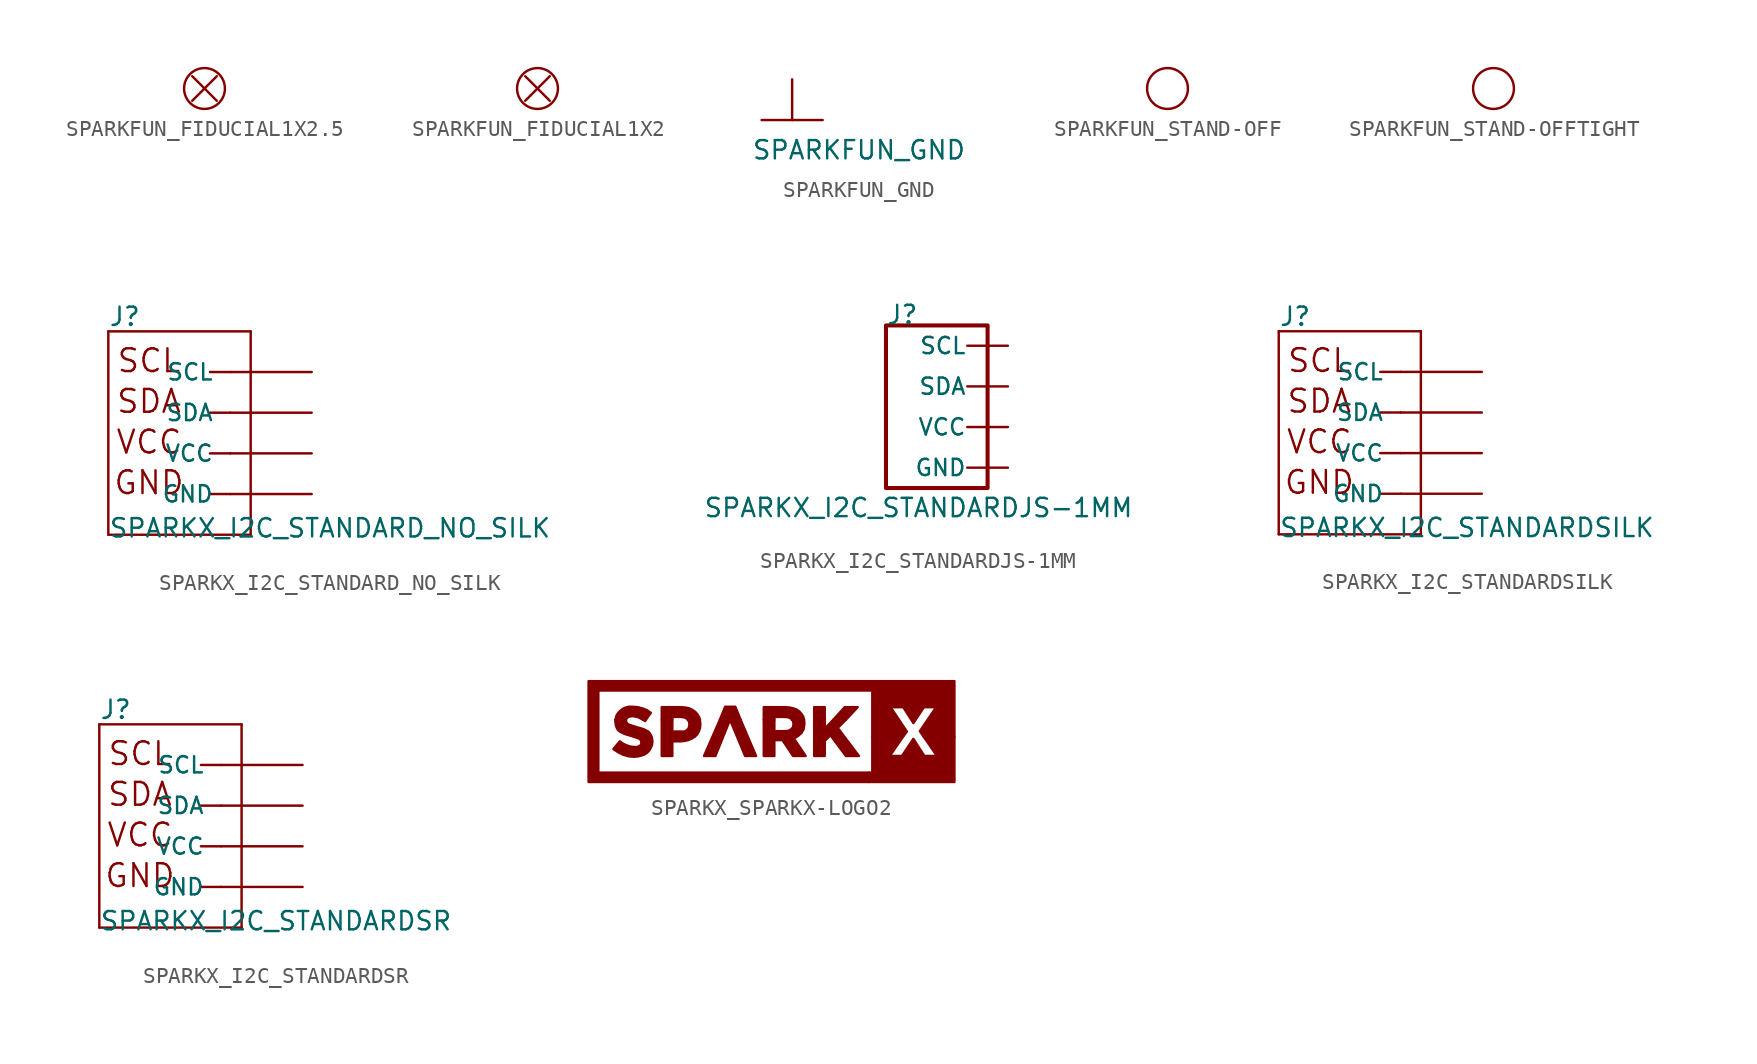
<source format=kicad_sym>
(kicad_symbol_lib
  (version 20220914)
  (generator kicad_symbol_editor)
  (symbol "SPARKFUN_FIDUCIAL1X2.5"
    (pin_numbers hide)
    (pin_names
      (offset 1.016) hide)
    (property "Reference" "JP"
      (at 0 0 0)
      (effects (font (size 1.143 1.143)) hide))
    (property "ki_locked" ""
      (at 0 0 0)
      (effects (font (size 1.27 1.27))))
    (symbol "SPARKFUN_FIDUCIAL1X2.5_1_0"
      (polyline (pts (xy -0.762 0.762) (xy 0.762 -0.762)) (stroke (width 0) (type solid)) (fill (type none)))
      (polyline (pts (xy 0.762 0.762) (xy -0.762 -0.762)) (stroke (width 0) (type solid)) (fill (type none))))
    (symbol "SPARKFUN_FIDUCIAL1X2.5_1_1"
      (circle (center 0 0) (radius 1.27) (stroke (width 0) (type solid)) (fill (type none)))))
  (symbol "SPARKFUN_FIDUCIAL1X2"
    (pin_numbers hide)
    (pin_names
      (offset 1.016) hide)
    (property "Reference" "JP"
      (at 0 0 0)
      (effects (font (size 1.143 1.143)) hide))
    (property "ki_locked" ""
      (at 0 0 0)
      (effects (font (size 1.27 1.27))))
    (symbol "SPARKFUN_FIDUCIAL1X2_1_0"
      (polyline (pts (xy -0.762 0.762) (xy 0.762 -0.762)) (stroke (width 0) (type solid)) (fill (type none)))
      (polyline (pts (xy 0.762 0.762) (xy -0.762 -0.762)) (stroke (width 0) (type solid)) (fill (type none))))
    (symbol "SPARKFUN_FIDUCIAL1X2_1_1"
      (circle (center 0 0) (radius 1.27) (stroke (width 0) (type solid)) (fill (type none)))))
  (symbol "SPARKFUN_GND"
    (power)
    (pin_numbers hide)
    (pin_names
      (offset 1.016) hide)
    (property "Reference" "#GND"
      (at 0 0 0)
      (effects (font (size 1.143 1.143)) (justify left bottom) hide))
    (property "Value" "SPARKFUN_GND"
      (at -2.54 -2.54 0)
      (effects (font (size 1.143 1.143)) (justify left bottom)))
    (property "ki_locked" ""
      (at 0 0 0)
      (effects (font (size 1.27 1.27))))
    (symbol "SPARKFUN_GND_1_0"
      (polyline (pts (xy -1.905 0) (xy 1.905 0)) (stroke (width 0) (type solid)) (fill (type none)))
      (polyline (pts (xy 0 2.54) (xy 0 0)) (stroke (width 0) (type solid)) (fill (type none))))
    (symbol "SPARKFUN_GND_1_1"
      (pin power_in line (at 0 2.54 270) (length 2.54) hide (name "GND" (effects (font (size 1.016 1.016)))) (number "~" (effects (font (size 1.016 1.016)))))))
  (symbol "SPARKFUN_STAND-OFF"
    (pin_numbers hide)
    (pin_names
      (offset 1.016) hide)
    (property "Reference" "JP"
      (at 0 0 0)
      (effects (font (size 1.143 1.143)) hide))
    (property "ki_locked" ""
      (at 0 0 0)
      (effects (font (size 1.27 1.27))))
    (symbol "SPARKFUN_STAND-OFF_1_1"
      (circle (center 0 0) (radius 1.27) (stroke (width 0) (type solid)) (fill (type none)))))
  (symbol "SPARKFUN_STAND-OFFTIGHT"
    (pin_numbers hide)
    (pin_names
      (offset 1.016) hide)
    (property "Reference" "JP"
      (at 0 0 0)
      (effects (font (size 1.143 1.143)) hide))
    (property "ki_locked" ""
      (at 0 0 0)
      (effects (font (size 1.27 1.27))))
    (symbol "SPARKFUN_STAND-OFFTIGHT_1_1"
      (circle (center 0 0) (radius 1.27) (stroke (width 0) (type solid)) (fill (type none)))))
  (symbol "SPARKX_I2C_STANDARD_NO_SILK"
    (pin_numbers hide)
    (pin_names
      (offset 1.016))
    (property "Reference" "J"
      (at -5.08 7.874 0)
      (effects (font (size 1.143 1.143)) (justify left bottom)))
    (property "Value" "SPARKX_I2C_STANDARD_NO_SILK"
      (at -5.08 -5.334 0)
      (effects (font (size 1.143 1.143)) (justify left bottom)))
    (property "ki_locked" ""
      (at 0 0 0)
      (effects (font (size 1.27 1.27))))
    (symbol "SPARKX_I2C_STANDARD_NO_SILK_1_0"
      (polyline (pts (xy -5.08 7.62) (xy -5.08 -5.08)) (stroke (width 0) (type solid)) (fill (type none)))
      (polyline (pts (xy -5.08 7.62) (xy 3.81 7.62)) (stroke (width 0) (type solid)) (fill (type none)))
      (polyline (pts (xy 1.27 -2.54) (xy 2.54 -2.54)) (stroke (width 0) (type solid)) (fill (type none)))
      (polyline (pts (xy 1.27 0) (xy 2.54 0)) (stroke (width 0) (type solid)) (fill (type none)))
      (polyline (pts (xy 1.27 2.54) (xy 2.54 2.54)) (stroke (width 0) (type solid)) (fill (type none)))
      (polyline (pts (xy 1.27 5.08) (xy 2.54 5.08)) (stroke (width 0) (type solid)) (fill (type none)))
      (polyline (pts (xy 3.81 -5.08) (xy -5.08 -5.08)) (stroke (width 0) (type solid)) (fill (type none)))
      (polyline (pts (xy 3.81 -5.08) (xy 3.81 7.62)) (stroke (width 0) (type solid)) (fill (type none)))
      (text "GND" (at -2.54 -1.829 0) (effects (font (size 1.422 1.422))))
      (text "SCL" (at -2.54 5.791 0) (effects (font (size 1.422 1.422))))
      (text "SDA" (at -2.54 3.251 0) (effects (font (size 1.422 1.422))))
      (text "VCC" (at -2.54 0.711 0) (effects (font (size 1.422 1.422)))))
    (symbol "SPARKX_I2C_STANDARD_NO_SILK_1_1"
      (pin power_in line (at 7.62 -2.54 180) (length 5.08) (name "GND" (effects (font (size 1.016 1.016)))) (number "1" (effects (font (size 1.016 1.016)))))
      (pin power_in line (at 7.62 0 180) (length 5.08) (name "VCC" (effects (font (size 1.016 1.016)))) (number "2" (effects (font (size 1.016 1.016)))))
      (pin passive line (at 7.62 2.54 180) (length 5.08) (name "SDA" (effects (font (size 1.016 1.016)))) (number "3" (effects (font (size 1.016 1.016)))))
      (pin passive line (at 7.62 5.08 180) (length 5.08) (name "SCL" (effects (font (size 1.016 1.016)))) (number "4" (effects (font (size 1.016 1.016)))))))
  (symbol "SPARKX_I2C_STANDARDJS-1MM"
    (pin_numbers hide)
    (pin_names
      (offset 0.025))
    (property "Reference" "J"
      (at -2.54 5.08 0)
      (effects (font (size 1.143 1.143)) (justify left bottom)))
    (property "Value" "SPARKX_I2C_STANDARDJS-1MM"
      (at -13.97 -6.985 0)
      (effects (font (size 1.143 1.143)) (justify left bottom)))
    (symbol "SPARKX_I2C_STANDARDJS-1MM_0_1"
      (rectangle (start -2.54 5.08) (end 3.81 -5.08) (stroke (width 0.254) (type solid)) (fill (type none))))
    (symbol "SPARKX_I2C_STANDARDJS-1MM_1_1"
      (pin power_in line (at 5.08 -3.81 180) (length 2.54) (name "GND" (effects (font (size 1.016 1.016)))) (number "1" (effects (font (size 1.016 1.016)))))
      (pin power_in line (at 5.08 -1.27 180) (length 2.54) (name "VCC" (effects (font (size 1.016 1.016)))) (number "2" (effects (font (size 1.016 1.016)))))
      (pin passive line (at 5.08 1.27 180) (length 2.54) (name "SDA" (effects (font (size 1.016 1.016)))) (number "3" (effects (font (size 1.016 1.016)))))
      (pin passive line (at 5.08 3.81 180) (length 2.54) (name "SCL" (effects (font (size 1.016 1.016)))) (number "4" (effects (font (size 1.016 1.016)))))))
  (symbol "SPARKX_I2C_STANDARDSILK"
    (pin_numbers hide)
    (pin_names
      (offset 1.016))
    (property "Reference" "J"
      (at -5.08 7.874 0)
      (effects (font (size 1.143 1.143)) (justify left bottom)))
    (property "Value" "SPARKX_I2C_STANDARDSILK"
      (at -5.08 -5.334 0)
      (effects (font (size 1.143 1.143)) (justify left bottom)))
    (property "ki_locked" ""
      (at 0 0 0)
      (effects (font (size 1.27 1.27))))
    (symbol "SPARKX_I2C_STANDARDSILK_1_0"
      (polyline (pts (xy -5.08 7.62) (xy -5.08 -5.08)) (stroke (width 0) (type solid)) (fill (type none)))
      (polyline (pts (xy -5.08 7.62) (xy 3.81 7.62)) (stroke (width 0) (type solid)) (fill (type none)))
      (polyline (pts (xy 1.27 -2.54) (xy 2.54 -2.54)) (stroke (width 0) (type solid)) (fill (type none)))
      (polyline (pts (xy 1.27 0) (xy 2.54 0)) (stroke (width 0) (type solid)) (fill (type none)))
      (polyline (pts (xy 1.27 2.54) (xy 2.54 2.54)) (stroke (width 0) (type solid)) (fill (type none)))
      (polyline (pts (xy 1.27 5.08) (xy 2.54 5.08)) (stroke (width 0) (type solid)) (fill (type none)))
      (polyline (pts (xy 3.81 -5.08) (xy -5.08 -5.08)) (stroke (width 0) (type solid)) (fill (type none)))
      (polyline (pts (xy 3.81 -5.08) (xy 3.81 7.62)) (stroke (width 0) (type solid)) (fill (type none)))
      (text "GND" (at -2.54 -1.829 0) (effects (font (size 1.422 1.422))))
      (text "SCL" (at -2.54 5.791 0) (effects (font (size 1.422 1.422))))
      (text "SDA" (at -2.54 3.251 0) (effects (font (size 1.422 1.422))))
      (text "VCC" (at -2.54 0.711 0) (effects (font (size 1.422 1.422)))))
    (symbol "SPARKX_I2C_STANDARDSILK_1_1"
      (pin power_in line (at 7.62 -2.54 180) (length 5.08) (name "GND" (effects (font (size 1.016 1.016)))) (number "1" (effects (font (size 1.016 1.016)))))
      (pin power_in line (at 7.62 0 180) (length 5.08) (name "VCC" (effects (font (size 1.016 1.016)))) (number "2" (effects (font (size 1.016 1.016)))))
      (pin passive line (at 7.62 2.54 180) (length 5.08) (name "SDA" (effects (font (size 1.016 1.016)))) (number "3" (effects (font (size 1.016 1.016)))))
      (pin passive line (at 7.62 5.08 180) (length 5.08) (name "SCL" (effects (font (size 1.016 1.016)))) (number "4" (effects (font (size 1.016 1.016)))))))
  (symbol "SPARKX_I2C_STANDARDSR"
    (pin_numbers hide)
    (pin_names
      (offset 1.016))
    (property "Reference" "J"
      (at -5.08 7.874 0)
      (effects (font (size 1.143 1.143)) (justify left bottom)))
    (property "Value" "SPARKX_I2C_STANDARDSR"
      (at -5.08 -5.334 0)
      (effects (font (size 1.143 1.143)) (justify left bottom)))
    (property "ki_locked" ""
      (at 0 0 0)
      (effects (font (size 1.27 1.27))))
    (symbol "SPARKX_I2C_STANDARDSR_1_0"
      (polyline (pts (xy -5.08 7.62) (xy -5.08 -5.08)) (stroke (width 0) (type solid)) (fill (type none)))
      (polyline (pts (xy -5.08 7.62) (xy 3.81 7.62)) (stroke (width 0) (type solid)) (fill (type none)))
      (polyline (pts (xy 1.27 -2.54) (xy 2.54 -2.54)) (stroke (width 0) (type solid)) (fill (type none)))
      (polyline (pts (xy 1.27 0) (xy 2.54 0)) (stroke (width 0) (type solid)) (fill (type none)))
      (polyline (pts (xy 1.27 2.54) (xy 2.54 2.54)) (stroke (width 0) (type solid)) (fill (type none)))
      (polyline (pts (xy 1.27 5.08) (xy 2.54 5.08)) (stroke (width 0) (type solid)) (fill (type none)))
      (polyline (pts (xy 3.81 -5.08) (xy -5.08 -5.08)) (stroke (width 0) (type solid)) (fill (type none)))
      (polyline (pts (xy 3.81 -5.08) (xy 3.81 7.62)) (stroke (width 0) (type solid)) (fill (type none)))
      (text "GND" (at -2.54 -1.829 0) (effects (font (size 1.422 1.422))))
      (text "SCL" (at -2.54 5.791 0) (effects (font (size 1.422 1.422))))
      (text "SDA" (at -2.54 3.251 0) (effects (font (size 1.422 1.422))))
      (text "VCC" (at -2.54 0.711 0) (effects (font (size 1.422 1.422)))))
    (symbol "SPARKX_I2C_STANDARDSR_1_1"
      (pin power_in line (at 7.62 -2.54 180) (length 5.08) (name "GND" (effects (font (size 1.016 1.016)))) (number "1" (effects (font (size 1.016 1.016)))))
      (pin passive line (at 7.62 5.08 180) (length 5.08) (name "SCL" (effects (font (size 1.016 1.016)))) (number "2" (effects (font (size 1.016 1.016)))))
      (pin passive line (at 7.62 2.54 180) (length 5.08) (name "SDA" (effects (font (size 1.016 1.016)))) (number "3" (effects (font (size 1.016 1.016)))))
      (pin power_in line (at 7.62 0 180) (length 5.08) (name "VCC" (effects (font (size 1.016 1.016)))) (number "4" (effects (font (size 1.016 1.016)))))))
  (symbol "SPARKX_SPARKX-LOGO2"
    (pin_numbers hide)
    (pin_names
      (offset 1.016) hide)
    (property "Reference" "M"
      (at 0 0 0)
      (effects (font (size 1.143 1.143)) hide))
    (property "ki_locked" ""
      (at 0 0 0)
      (effects (font (size 1.27 1.27))))
    (symbol "SPARKX_SPARKX-LOGO2_1_1"
      (polyline (pts (xy -7.849 0.737) (xy -8.026 0.737) (xy -8.026 0.737) (xy -7.899 0.66) (xy -7.899 0.66) (xy -7.849 0.737)) (stroke (width 0) (type solid)) (fill (type outline)))
      (polyline (pts (xy -1.93 0.737) (xy -2.261 1.549) (xy -2.261 1.549) (xy -2.896 1.549) (xy -2.896 1.549) (xy -3.226 0.737) (xy -3.226 0.737) (xy -1.93 0.737)) (stroke (width 0) (type solid)) (fill (type outline)))
      (polyline (pts (xy 3.327 0.737) (xy 3.327 1.524) (xy 3.327 1.524) (xy 2.667 1.524) (xy 2.667 1.524) (xy 2.667 0.737) (xy 2.667 0.737) (xy 3.327 0.737)) (stroke (width 0) (type solid)) (fill (type outline)))
      (polyline (pts (xy 4.648 0.737) (xy 5.385 1.524) (xy 5.385 1.524) (xy 4.572 1.524) (xy 4.572 1.524) (xy 3.861 0.737) (xy 3.861 0.737) (xy 4.648 0.737)) (stroke (width 0) (type solid)) (fill (type outline)))
      (polyline (pts (xy -1.93 0.737) (xy -3.226 0.737) (xy -3.226 0.737) (xy -4.216 -1.524) (xy -4.216 -1.524) (xy -3.505 -1.524) (xy -3.505 -1.524) (xy -2.591 0.737) (xy -2.591 0.737) (xy -1.651 -1.524) (xy -1.651 -1.524) (xy -0.965 -1.524) (xy -0.965 -1.524) (xy -1.93 0.737)) (stroke (width 0) (type solid)) (fill (type outline)))
      (polyline (pts (xy 4.648 0.737) (xy 3.861 0.737) (xy 3.861 0.737) (xy 3.327 0.178) (xy 3.327 0.178) (xy 3.327 0.737) (xy 3.327 0.737) (xy 2.667 0.737) (xy 2.667 0.737) (xy 2.667 -1.524) (xy 2.667 -1.524) (xy 3.327 -1.524) (xy 3.327 -1.524) (xy 3.327 -0.584) (xy 3.327 -0.584) (xy 3.683 -0.229) (xy 3.683 -0.229) (xy 4.648 -1.524) (xy 4.648 -1.524) (xy 5.461 -1.524) (xy 5.461 -1.524) (xy 4.14 0.229) (xy 4.14 0.229) (xy 4.648 0.737)) (stroke (width 0) (type solid)) (fill (type outline)))
      (polyline (pts (xy 11.43 -0.305) (xy 9.5 -0.305) (xy 9.5 -0.305) (xy 10.338 -1.524) (xy 10.338 -1.524) (xy 10.338 -1.524) (xy 10.338 -1.524) (xy 9.55 -1.524) (xy 9.55 -1.524) (xy 8.865 -0.457) (xy 8.865 -0.457) (xy 8.153 -1.524) (xy 8.153 -1.524) (xy 7.391 -1.524) (xy 7.391 -1.524) (xy 8.23 -0.305) (xy 8.23 -0.305) (xy 6.299 -0.305) (xy 6.299 -0.305) (xy 6.299 -2.565) (xy 6.299 -2.565) (xy 6.096 -2.565) (xy 6.096 -2.565) (xy 6.096 -3.15) (xy 6.096 -3.15) (xy 6.299 -3.15) (xy 6.299 -3.15) (xy 11.43 -3.15) (xy 11.43 -3.15) (xy 11.43 -0.305)) (stroke (width 0) (type solid)) (fill (type outline)))
      (polyline (pts (xy -4.47 0.737) (xy -4.521 0.889) (xy -4.521 0.889) (xy -4.623 1.067) (xy -4.623 1.067) (xy -4.75 1.219) (xy -4.75 1.219) (xy -4.928 1.346) (xy -4.928 1.346) (xy -5.131 1.448) (xy -5.131 1.448) (xy -5.359 1.499) (xy -5.359 1.499) (xy -5.613 1.524) (xy -5.613 1.524) (xy -6.858 1.524) (xy -6.858 1.524) (xy -6.858 0.737) (xy -6.858 0.737) (xy -6.198 0.737) (xy -6.198 0.737) (xy -6.198 0.914) (xy -6.198 0.914) (xy -5.664 0.914) (xy -5.664 0.914) (xy -5.436 0.889) (xy -5.436 0.889) (xy -5.258 0.787) (xy -5.258 0.787) (xy -5.232 0.737) (xy -5.232 0.737) (xy -4.47 0.737)) (stroke (width 0) (type solid)) (fill (type outline)))
      (polyline (pts (xy 2.032 0.737) (xy 1.981 0.94) (xy 1.981 0.94) (xy 1.88 1.092) (xy 1.88 1.092) (xy 1.753 1.245) (xy 1.753 1.245) (xy 1.575 1.372) (xy 1.575 1.372) (xy 1.372 1.448) (xy 1.372 1.448) (xy 1.143 1.499) (xy 1.143 1.499) (xy 0.889 1.524) (xy 0.889 1.524) (xy -0.483 1.524) (xy -0.483 1.524) (xy -0.483 0.737) (xy -0.483 0.737) (xy 0.178 0.737) (xy 0.178 0.737) (xy 0.178 0.914) (xy 0.178 0.914) (xy 0.838 0.914) (xy 0.838 0.914) (xy 1.067 0.889) (xy 1.067 0.889) (xy 1.219 0.813) (xy 1.219 0.813) (xy 1.27 0.737) (xy 1.27 0.737) (xy 2.032 0.737)) (stroke (width 0) (type solid)) (fill (type outline)))
      (polyline (pts (xy -11.43 3.15) (xy -11.43 -3.15) (xy -11.43 -3.15) (xy 6.096 -3.15) (xy 6.096 -3.15) (xy 6.096 -2.565) (xy 6.096 -2.565) (xy -10.82 -2.565) (xy -10.82 -2.565) (xy -10.82 2.565) (xy -10.82 2.565) (xy 6.299 2.565) (xy 6.299 2.565) (xy 6.299 -0.305) (xy 6.299 -0.305) (xy 8.23 -0.305) (xy 8.23 -0.305) (xy 8.458 0) (xy 8.458 0) (xy 7.442 1.524) (xy 7.442 1.524) (xy 8.23 1.524) (xy 8.23 1.524) (xy 8.865 0.533) (xy 8.865 0.533) (xy 9.525 1.524) (xy 9.525 1.524) (xy 10.287 1.524) (xy 10.287 1.524) (xy 9.271 0.025) (xy 9.271 0.025) (xy 9.5 -0.305) (xy 9.5 -0.305) (xy 11.43 -0.305) (xy 11.43 -0.305) (xy 11.43 3.15) (xy 11.43 3.15) (xy 6.299 3.15) (xy 6.299 3.15) (xy -11.43 3.15)) (stroke (width 0) (type solid)) (fill (type outline)))
      (polyline (pts (xy -8.687 1.549) (xy -8.915 1.549) (xy -8.915 1.549) (xy -9.119 1.499) (xy -9.119 1.499) (xy -9.296 1.422) (xy -9.296 1.422) (xy -9.449 1.295) (xy -9.449 1.295) (xy -9.576 1.168) (xy -9.576 1.168) (xy -9.677 1.016) (xy -9.677 1.016) (xy -9.728 0.838) (xy -9.728 0.838) (xy -9.754 0.737) (xy -9.754 0.737) (xy -9.093 0.737) (xy -9.093 0.737) (xy -9.068 0.813) (xy -9.068 0.813) (xy -8.992 0.889) (xy -8.992 0.889) (xy -8.865 0.94) (xy -8.865 0.94) (xy -8.687 0.965) (xy -8.687 0.965) (xy -8.509 0.94) (xy -8.509 0.94) (xy -8.306 0.889) (xy -8.306 0.889) (xy -8.026 0.737) (xy -8.026 0.737) (xy -7.849 0.737) (xy -7.849 0.737) (xy -7.544 1.168) (xy -7.544 1.168) (xy -7.798 1.346) (xy -7.798 1.346) (xy -8.077 1.448) (xy -8.077 1.448) (xy -8.357 1.524) (xy -8.357 1.524) (xy -8.687 1.549)) (stroke (width 0) (type solid)) (fill (type outline)))
      (polyline (pts (xy 2.032 0.737) (xy 1.27 0.737) (xy 1.27 0.737) (xy 1.346 0.66) (xy 1.346 0.66) (xy 1.372 0.483) (xy 1.372 0.483) (xy 1.372 0.457) (xy 1.372 0.457) (xy 1.346 0.279) (xy 1.346 0.279) (xy 1.245 0.152) (xy 1.245 0.152) (xy 1.067 0.051) (xy 1.067 0.051) (xy 0.864 0.025) (xy 0.864 0.025) (xy 0.178 0.025) (xy 0.178 0.025) (xy 0.178 0.737) (xy 0.178 0.737) (xy -0.483 0.737) (xy -0.483 0.737) (xy -0.483 -1.524) (xy -0.483 -1.524) (xy 0.178 -1.524) (xy 0.178 -1.524) (xy 0.178 -0.533) (xy 0.178 -0.533) (xy 0.686 -0.533) (xy 0.686 -0.533) (xy 1.346 -1.524) (xy 1.346 -1.524) (xy 2.134 -1.524) (xy 2.134 -1.524) (xy 1.397 -0.432) (xy 1.397 -0.432) (xy 1.651 -0.279) (xy 1.651 -0.279) (xy 1.88 -0.076) (xy 1.88 -0.076) (xy 2.007 0.152) (xy 2.007 0.152) (xy 2.057 0.508) (xy 2.057 0.508) (xy 2.057 0.508) (xy 2.057 0.508) (xy 2.032 0.737) (xy 2.032 0.737) (xy 2.032 0.737)) (stroke (width 0) (type solid)) (fill (type outline)))
      (polyline (pts (xy -4.47 0.737) (xy -5.232 0.737) (xy -5.232 0.737) (xy -5.156 0.635) (xy -5.156 0.635) (xy -5.131 0.457) (xy -5.131 0.457) (xy -5.131 0.432) (xy -5.131 0.432) (xy -5.156 0.254) (xy -5.156 0.254) (xy -5.258 0.102) (xy -5.258 0.102) (xy -5.436 0) (xy -5.436 0) (xy -5.664 0) (xy -5.664 0) (xy -6.198 0) (xy -6.198 0) (xy -6.198 0.737) (xy -6.198 0.737) (xy -6.858 0.737) (xy -6.858 0.737) (xy -6.858 -1.524) (xy -6.858 -1.524) (xy -6.198 -1.524) (xy -6.198 -1.524) (xy -6.198 -0.61) (xy -6.198 -0.61) (xy -5.69 -0.61) (xy -5.69 -0.61) (xy -5.436 -0.584) (xy -5.436 -0.584) (xy -5.207 -0.533) (xy -5.207 -0.533) (xy -4.978 -0.432) (xy -4.978 -0.432) (xy -4.801 -0.33) (xy -4.801 -0.33) (xy -4.648 -0.178) (xy -4.648 -0.178) (xy -4.547 0) (xy -4.547 0) (xy -4.47 0.203) (xy -4.47 0.203) (xy -4.445 0.457) (xy -4.445 0.457) (xy -4.445 0.457) (xy -4.445 0.457) (xy -4.445 0.457) (xy -4.445 0.457) (xy -4.47 0.686) (xy -4.47 0.686) (xy -4.47 0.737)) (stroke (width 0) (type solid)) (fill (type outline)))
      (polyline (pts (xy -9.093 0.737) (xy -9.754 0.737) (xy -9.754 0.737) (xy -9.754 0.635) (xy -9.754 0.635) (xy -9.754 0.635) (xy -9.754 0.635) (xy -9.728 0.406) (xy -9.728 0.406) (xy -9.677 0.254) (xy -9.677 0.254) (xy -9.601 0.102) (xy -9.601 0.102) (xy -9.474 0) (xy -9.474 0) (xy -9.169 -0.152) (xy -9.169 -0.152) (xy -8.738 -0.279) (xy -8.738 -0.279) (xy -8.433 -0.381) (xy -8.433 -0.381) (xy -8.23 -0.457) (xy -8.23 -0.457) (xy -8.153 -0.559) (xy -8.153 -0.559) (xy -8.128 -0.686) (xy -8.128 -0.686) (xy -8.128 -0.686) (xy -8.128 -0.686) (xy -8.153 -0.813) (xy -8.153 -0.813) (xy -8.23 -0.889) (xy -8.23 -0.889) (xy -8.382 -0.965) (xy -8.382 -0.965) (xy -8.56 -0.965) (xy -8.56 -0.965) (xy -8.814 -0.94) (xy -8.814 -0.94) (xy -9.042 -0.864) (xy -9.042 -0.864) (xy -9.271 -0.762) (xy -9.271 -0.762) (xy -9.474 -0.61) (xy -9.474 -0.61) (xy -9.881 -1.092) (xy -9.881 -1.092) (xy -9.576 -1.295) (xy -9.576 -1.295) (xy -9.271 -1.448) (xy -9.271 -1.448) (xy -8.915 -1.549) (xy -8.915 -1.549) (xy -8.585 -1.575) (xy -8.585 -1.575) (xy -8.331 -1.549) (xy -8.331 -1.549) (xy -8.128 -1.499) (xy -8.128 -1.499) (xy -7.925 -1.422) (xy -7.925 -1.422) (xy -7.772 -1.321) (xy -7.772 -1.321) (xy -7.645 -1.194) (xy -7.645 -1.194) (xy -7.544 -1.016) (xy -7.544 -1.016) (xy -7.468 -0.838) (xy -7.468 -0.838) (xy -7.442 -0.635) (xy -7.442 -0.635) (xy -7.442 -0.61) (xy -7.442 -0.61) (xy -7.442 -0.61) (xy -7.442 -0.61) (xy -7.468 -0.406) (xy -7.468 -0.406) (xy -7.518 -0.254) (xy -7.518 -0.254) (xy -7.595 -0.127) (xy -7.595 -0.127) (xy -7.696 0) (xy -7.696 0) (xy -8.001 0.152) (xy -8.001 0.152) (xy -8.433 0.279) (xy -8.433 0.279) (xy -8.763 0.381) (xy -8.763 0.381) (xy -8.966 0.457) (xy -8.966 0.457) (xy -9.068 0.559) (xy -9.068 0.559) (xy -9.093 0.686) (xy -9.093 0.686) (xy -9.093 0.686) (xy -9.093 0.686) (xy -9.093 0.737)) (stroke (width 0) (type solid)) (fill (type outline))))))
</source>
